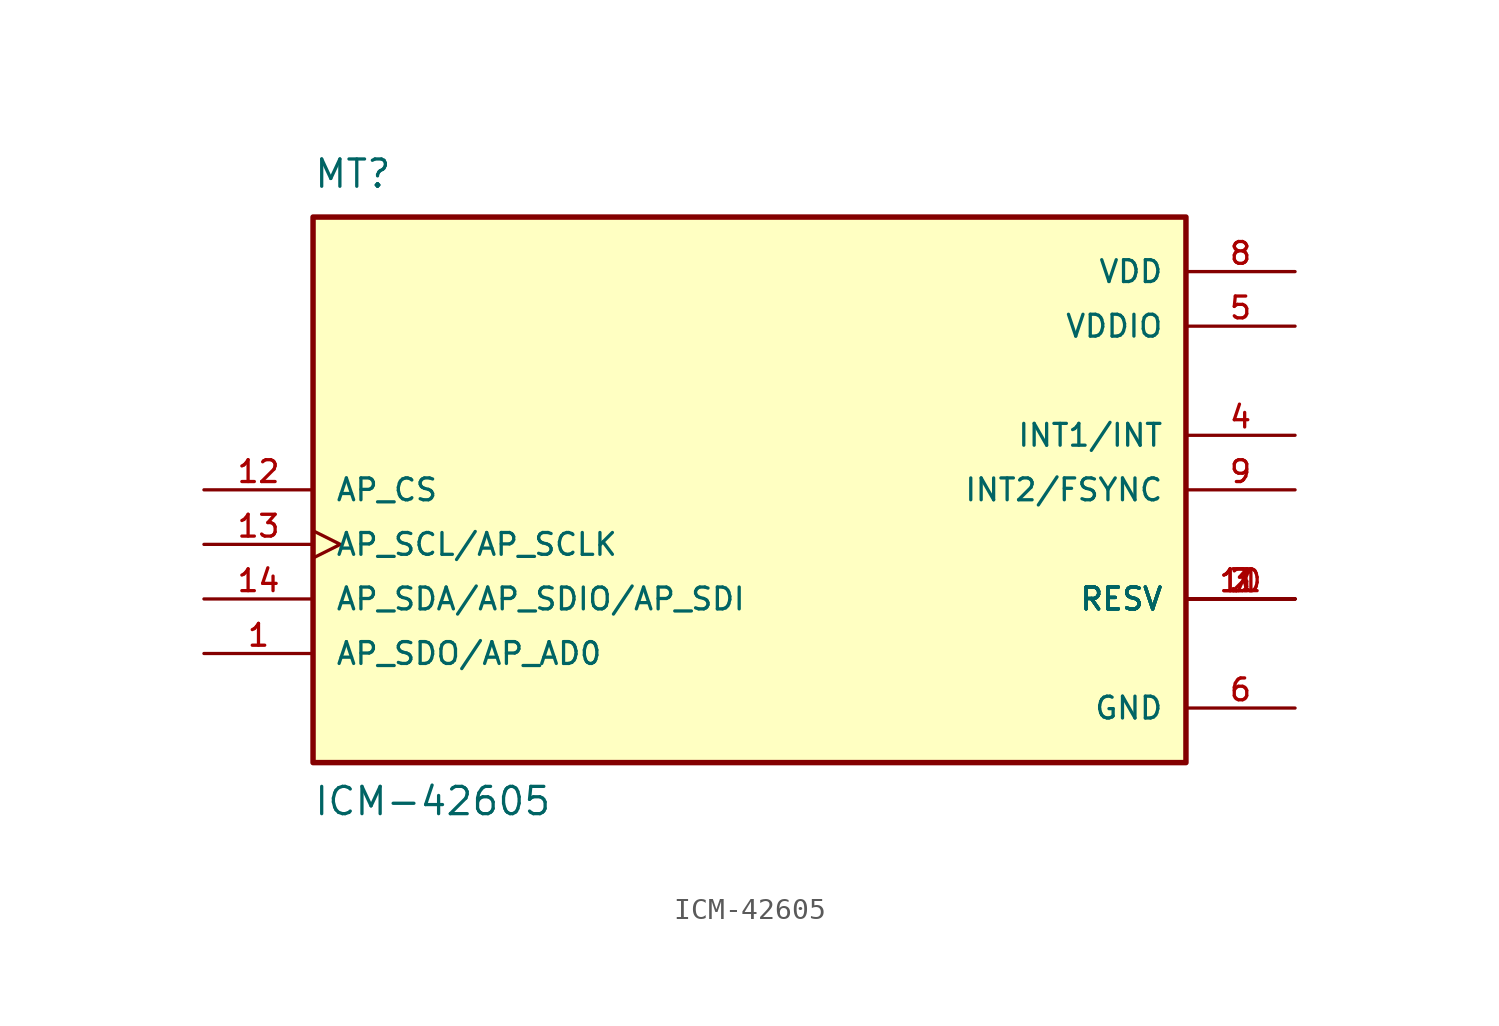
<source format=kicad_sym>
(kicad_symbol_lib
  (version 20211014)
  (generator kicad_symbol_editor)
  (symbol "ICM-42605"
    (pin_names
      (offset 1.016))
    (property "Reference" "MT"
      (at -20.32 13.97 0)
      (effects (font (size 1.27 1.27)) (justify bottom left)))
    (property "Value" "ICM-42605"
      (at -20.32 -15.24 0)
      (effects (font (size 1.27 1.27)) (justify bottom left)))
    (symbol "ICM-42605_0_0"
      (rectangle (start -20.32 -12.7) (end 20.32 12.7) (stroke (width 0.254)) (fill (type background)))
      (pin power_in line (at 25.4 7.62 180.0) (length 5.08) (name "VDDIO" (effects (font (size 1.016 1.016)))) (number "5" (effects (font (size 1.016 1.016)))))
      (pin power_in line (at 25.4 -10.16 180.0) (length 5.08) (name "GND" (effects (font (size 1.016 1.016)))) (number "6" (effects (font (size 1.016 1.016)))))
      (pin power_in line (at 25.4 10.16 180.0) (length 5.08) (name "VDD" (effects (font (size 1.016 1.016)))) (number "8" (effects (font (size 1.016 1.016)))))
      (pin passive line (at 25.4 -5.08 180.0) (length 5.08) (name "RESV" (effects (font (size 1.016 1.016)))) (number "2" (effects (font (size 1.016 1.016)))))
      (pin passive line (at 25.4 -5.08 180.0) (length 5.08) (name "RESV" (effects (font (size 1.016 1.016)))) (number "3" (effects (font (size 1.016 1.016)))))
      (pin passive line (at 25.4 -5.08 180.0) (length 5.08) (name "RESV" (effects (font (size 1.016 1.016)))) (number "7" (effects (font (size 1.016 1.016)))))
      (pin passive line (at 25.4 -5.08 180.0) (length 5.08) (name "RESV" (effects (font (size 1.016 1.016)))) (number "10" (effects (font (size 1.016 1.016)))))
      (pin passive line (at 25.4 -5.08 180.0) (length 5.08) (name "RESV" (effects (font (size 1.016 1.016)))) (number "11" (effects (font (size 1.016 1.016)))))
      (pin bidirectional line (at -25.4 -7.62 0) (length 5.08) (name "AP_SDO/AP_AD0" (effects (font (size 1.016 1.016)))) (number "1" (effects (font (size 1.016 1.016)))))
      (pin output line (at 25.4 2.54 180.0) (length 5.08) (name "INT1/INT" (effects (font (size 1.016 1.016)))) (number "4" (effects (font (size 1.016 1.016)))))
      (pin bidirectional line (at 25.4 0.0 180.0) (length 5.08) (name "INT2/FSYNC" (effects (font (size 1.016 1.016)))) (number "9" (effects (font (size 1.016 1.016)))))
      (pin input line (at -25.4 0.0 0) (length 5.08) (name "AP_CS" (effects (font (size 1.016 1.016)))) (number "12" (effects (font (size 1.016 1.016)))))
      (pin input clock (at -25.4 -2.54 0) (length 5.08) (name "AP_SCL/AP_SCLK" (effects (font (size 1.016 1.016)))) (number "13" (effects (font (size 1.016 1.016)))))
      (pin bidirectional line (at -25.4 -5.08 0) (length 5.08) (name "AP_SDA/AP_SDIO/AP_SDI" (effects (font (size 1.016 1.016)))) (number "14" (effects (font (size 1.016 1.016))))))))
</source>
